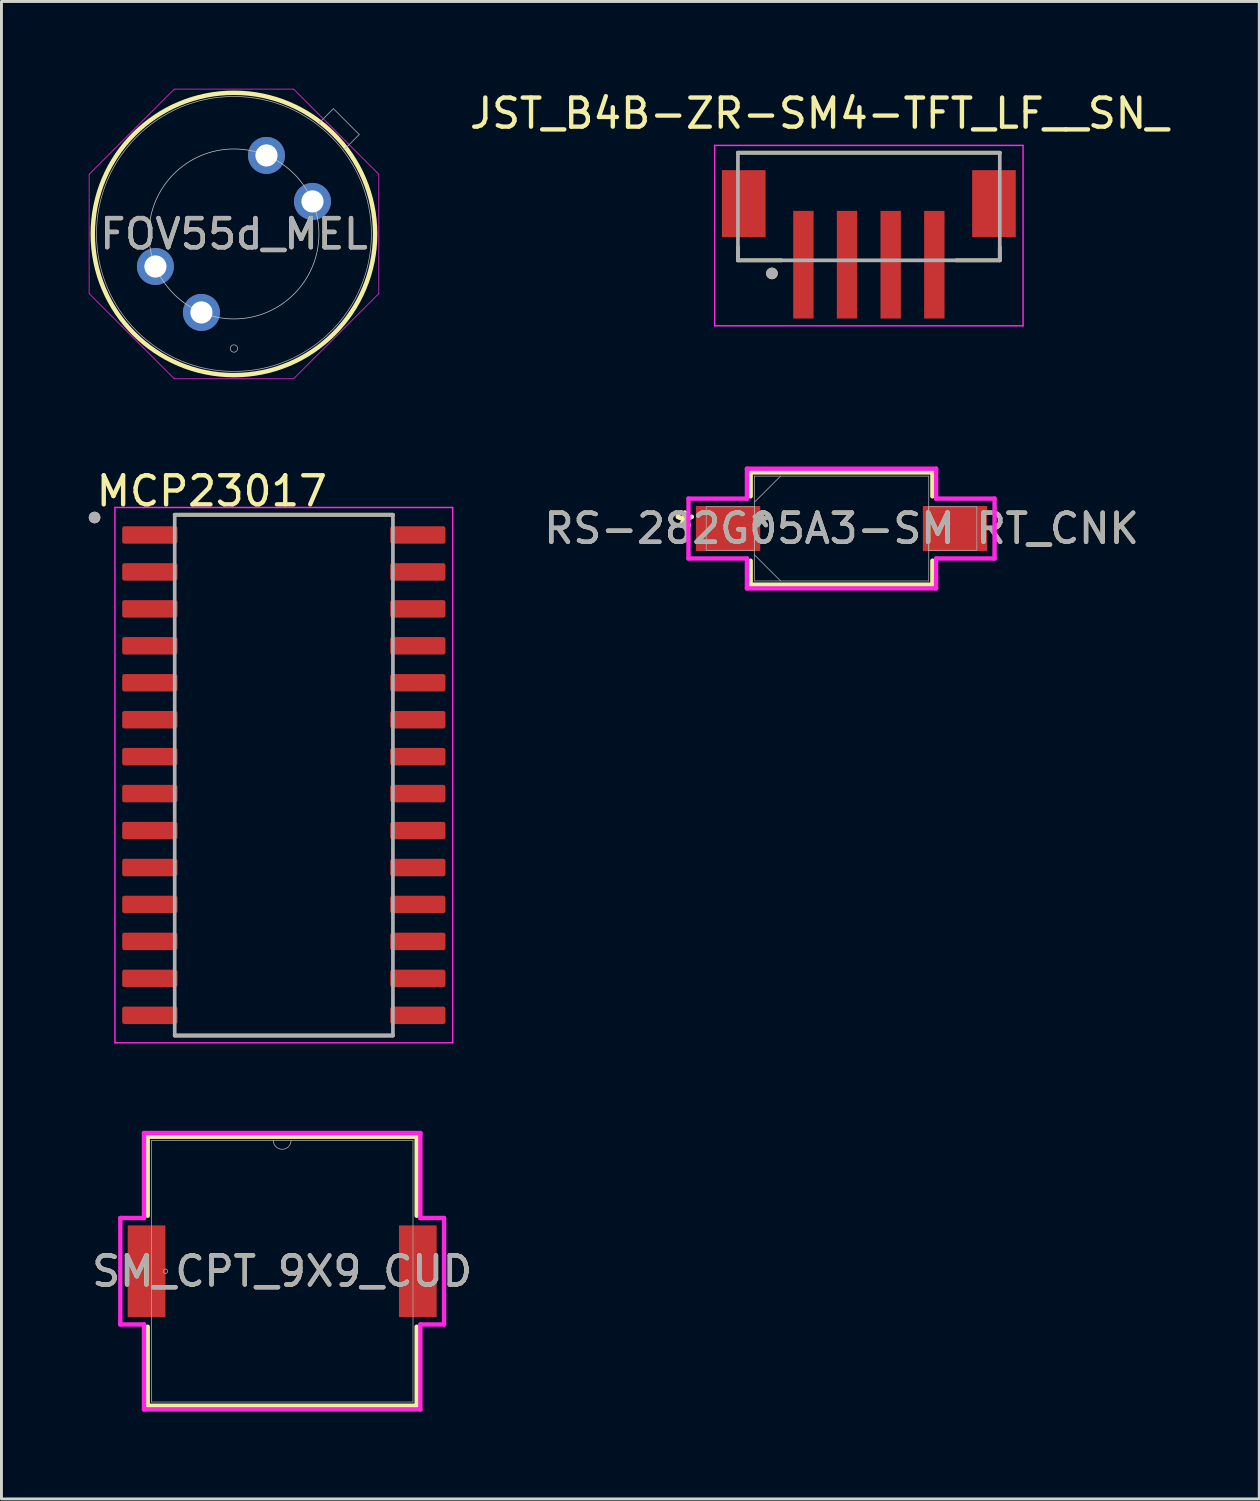
<source format=kicad_pcb>
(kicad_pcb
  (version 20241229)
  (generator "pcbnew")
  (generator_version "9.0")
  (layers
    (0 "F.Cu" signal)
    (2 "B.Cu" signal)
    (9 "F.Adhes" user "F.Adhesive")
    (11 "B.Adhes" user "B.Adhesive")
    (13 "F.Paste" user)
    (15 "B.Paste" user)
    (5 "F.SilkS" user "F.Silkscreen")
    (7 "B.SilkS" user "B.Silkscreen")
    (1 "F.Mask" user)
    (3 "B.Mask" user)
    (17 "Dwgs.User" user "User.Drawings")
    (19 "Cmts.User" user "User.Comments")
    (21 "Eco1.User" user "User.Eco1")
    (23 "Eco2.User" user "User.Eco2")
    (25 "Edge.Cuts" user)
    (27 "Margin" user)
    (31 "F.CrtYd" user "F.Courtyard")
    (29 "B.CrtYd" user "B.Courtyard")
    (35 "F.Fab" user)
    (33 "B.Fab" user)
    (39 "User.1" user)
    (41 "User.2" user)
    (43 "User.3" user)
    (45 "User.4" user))
  (footprint "FOV55d_MEL"
    (layer "F.Cu")
    (at 6.109 2.292)
    (property "Reference" "FOV55d_MEL" (at -1.118 2.699 0) (unlocked yes) (layer "F.SilkS") (effects (font (size 1 1) (thickness 0.15))))
    (attr through_hole)
    (fp_circle (center -1.118 2.699) (end 3.734 2.699) (stroke (width 0.152) (type solid)) (fill no) (layer "F.SilkS"))
    (fp_circle (center -1.118 2.699) (end 1.803 2.699) (stroke (width 0.025) (type solid)) (fill no) (layer "Dwgs.User"))
    (fp_line (start -6.096 0.649) (end -3.168 -2.28) (stroke (width 0.025) (type solid)) (layer "F.CrtYd"))
    (fp_line (start -6.096 4.749) (end -6.096 0.649) (stroke (width 0.025) (type solid)) (layer "F.CrtYd"))
    (fp_line (start -3.168 -2.28) (end 0.932 -2.28) (stroke (width 0.025) (type solid)) (layer "F.CrtYd"))
    (fp_line (start -3.168 7.677) (end -6.096 4.749) (stroke (width 0.025) (type solid)) (layer "F.CrtYd"))
    (fp_line (start 0.932 -2.28) (end 3.861 0.649) (stroke (width 0.025) (type solid)) (layer "F.CrtYd"))
    (fp_line (start 0.932 7.677) (end -3.168 7.677) (stroke (width 0.025) (type solid)) (layer "F.CrtYd"))
    (fp_line (start 3.861 0.649) (end 3.861 4.749) (stroke (width 0.025) (type solid)) (layer "F.CrtYd"))
    (fp_line (start 3.861 4.749) (end 0.932 7.677) (stroke (width 0.025) (type solid)) (layer "F.CrtYd"))
    (fp_line (start 2.299 -1.607) (end 1.778 -1.086) (stroke (width 0.025) (type solid)) (layer "F.Fab"))
    (fp_line (start 3.188 -0.718) (end 2.299 -1.607) (stroke (width 0.025) (type solid)) (layer "F.Fab"))
    (fp_line (start 3.188 -0.718) (end 2.667 -0.197) (stroke (width 0.025) (type solid)) (layer "F.Fab"))
    (fp_circle (center -1.118 2.699) (end 3.607 2.699) (stroke (width 0.025) (type solid)) (fill no) (layer "F.Fab"))
    (fp_circle (center -1.118 6.636) (end -0.991 6.636) (stroke (width 0.025) (type solid)) (fill no) (layer "F.Fab"))
    (fp_text user "${REFERENCE}" (at -1.118 2.699 0) (unlocked yes) (layer "F.Fab") (effects (font (size 1 1) (thickness 0.15))))
    (pad "1" thru_hole circle (at 0 0) (size 1.27 1.27) (drill 0.762) (layers "*.Cu" "*.Mask"))
    (pad "2" thru_hole circle (at -3.817 3.817) (size 1.27 1.27) (drill 0.762) (layers "*.Cu" "*.Mask"))
    (pad "3" thru_hole circle (at -2.236 5.397) (size 1.27 1.27) (drill 0.762) (layers "*.Cu" "*.Mask"))
    (pad "4" thru_hole circle (at 1.581 1.581) (size 1.27 1.27) (drill 0.762) (layers "*.Cu" "*.Mask")))
  (footprint "SM_CPT_9X9_CUD"
    (layer "F.Cu")
    (at 6.649 40.643)
    (property "Reference" "SM_CPT_9X9_CUD" (at 0 0 0) (unlocked yes) (layer "F.SilkS") (effects (font (size 1 1) (thickness 0.15))))
    (attr smd)
    (fp_line (start -4.623 -4.623) (end -4.623 -1.908) (stroke (width 0.152) (type solid)) (layer "F.SilkS"))
    (fp_line (start -4.623 1.908) (end -4.623 4.623) (stroke (width 0.152) (type solid)) (layer "F.SilkS"))
    (fp_line (start -4.623 4.623) (end 4.623 4.623) (stroke (width 0.152) (type solid)) (layer "F.SilkS"))
    (fp_line (start 4.623 -4.623) (end -4.623 -4.623) (stroke (width 0.152) (type solid)) (layer "F.SilkS"))
    (fp_line (start 4.623 -1.908) (end 4.623 -4.623) (stroke (width 0.152) (type solid)) (layer "F.SilkS"))
    (fp_line (start 4.623 4.623) (end 4.623 1.908) (stroke (width 0.152) (type solid)) (layer "F.SilkS"))
    (fp_line (start -5.563 -1.829) (end -4.75 -1.829) (stroke (width 0.152) (type solid)) (layer "F.CrtYd"))
    (fp_line (start -5.563 1.829) (end -5.563 -1.829) (stroke (width 0.152) (type solid)) (layer "F.CrtYd"))
    (fp_line (start -5.563 1.829) (end -4.75 1.829) (stroke (width 0.152) (type solid)) (layer "F.CrtYd"))
    (fp_line (start -4.75 -4.75) (end 4.75 -4.75) (stroke (width 0.152) (type solid)) (layer "F.CrtYd"))
    (fp_line (start -4.75 -1.829) (end -4.75 -4.75) (stroke (width 0.152) (type solid)) (layer "F.CrtYd"))
    (fp_line (start -4.75 4.75) (end -4.75 1.829) (stroke (width 0.152) (type solid)) (layer "F.CrtYd"))
    (fp_line (start 4.75 -4.75) (end 4.75 -1.829) (stroke (width 0.152) (type solid)) (layer "F.CrtYd"))
    (fp_line (start 4.75 1.829) (end 4.75 4.75) (stroke (width 0.152) (type solid)) (layer "F.CrtYd"))
    (fp_line (start 4.75 4.75) (end -4.75 4.75) (stroke (width 0.152) (type solid)) (layer "F.CrtYd"))
    (fp_line (start 5.563 -1.829) (end 4.75 -1.829) (stroke (width 0.152) (type solid)) (layer "F.CrtYd"))
    (fp_line (start 5.563 -1.829) (end 5.563 1.829) (stroke (width 0.152) (type solid)) (layer "F.CrtYd"))
    (fp_line (start 5.563 1.829) (end 4.75 1.829) (stroke (width 0.152) (type solid)) (layer "F.CrtYd"))
    (fp_line (start -4.496 -4.496) (end -4.496 4.496) (stroke (width 0.025) (type solid)) (layer "F.Fab"))
    (fp_line (start -4.496 4.496) (end 4.496 4.496) (stroke (width 0.025) (type solid)) (layer "F.Fab"))
    (fp_line (start 4.496 -4.496) (end -4.496 -4.496) (stroke (width 0.025) (type solid)) (layer "F.Fab"))
    (fp_line (start 4.496 4.496) (end 4.496 -4.496) (stroke (width 0.025) (type solid)) (layer "F.Fab"))
    (fp_arc (start 0.3048 -4.4958) (mid 0 -4.191) (end -0.3048 -4.4958) (stroke (width 0.0254) (type solid)) (layer "F.Fab"))
    (fp_circle (center -4.013 0) (end -3.937 0) (stroke (width 0.025) (type solid)) (fill no) (layer "F.Fab"))
    (fp_text user "${REFERENCE}" (at 0 0 0) (unlocked yes) (layer "F.Fab") (effects (font (size 1 1) (thickness 0.15))))
    (pad "1" smd rect (at -4.661 0) (size 1.295 3.15) (layers "F.Cu" "F.Mask" "F.Paste"))
    (pad "2" smd rect (at 4.661 0) (size 1.295 3.15) (layers "F.Cu" "F.Mask" "F.Paste")))
  (footprint "RS-282G05A3-SM RT_CNK"
    (layer "F.Cu")
    (at 25.874 15.116)
    (property "Reference" "RS-282G05A3-SM RT_CNK" (at 0 0 0) (unlocked yes) (layer "F.SilkS") (effects (font (size 1 1) (thickness 0.15))))
    (attr smd)
    (fp_line (start -3.124 -1.93) (end -3.124 -1.107) (stroke (width 0.152) (type solid)) (layer "F.SilkS"))
    (fp_line (start -3.124 1.107) (end -3.124 1.93) (stroke (width 0.152) (type solid)) (layer "F.SilkS"))
    (fp_line (start -3.124 1.93) (end 3.124 1.93) (stroke (width 0.152) (type solid)) (layer "F.SilkS"))
    (fp_line (start 3.124 -1.93) (end -3.124 -1.93) (stroke (width 0.152) (type solid)) (layer "F.SilkS"))
    (fp_line (start 3.124 -1.107) (end 3.124 -1.93) (stroke (width 0.152) (type solid)) (layer "F.SilkS"))
    (fp_line (start 3.124 1.93) (end 3.124 1.107) (stroke (width 0.152) (type solid)) (layer "F.SilkS"))
    (fp_line (start -5.26 -1.029) (end -3.251 -1.029) (stroke (width 0.152) (type solid)) (layer "F.CrtYd"))
    (fp_line (start -5.26 1.029) (end -5.26 -1.029) (stroke (width 0.152) (type solid)) (layer "F.CrtYd"))
    (fp_line (start -3.251 -2.057) (end 3.251 -2.057) (stroke (width 0.152) (type solid)) (layer "F.CrtYd"))
    (fp_line (start -3.251 -1.029) (end -3.251 -2.057) (stroke (width 0.152) (type solid)) (layer "F.CrtYd"))
    (fp_line (start -3.251 1.029) (end -5.26 1.029) (stroke (width 0.152) (type solid)) (layer "F.CrtYd"))
    (fp_line (start -3.251 2.057) (end -3.251 1.029) (stroke (width 0.152) (type solid)) (layer "F.CrtYd"))
    (fp_line (start 3.251 -2.057) (end 3.251 -1.029) (stroke (width 0.152) (type solid)) (layer "F.CrtYd"))
    (fp_line (start 3.251 -1.029) (end 5.26 -1.029) (stroke (width 0.152) (type solid)) (layer "F.CrtYd"))
    (fp_line (start 3.251 1.029) (end 3.251 2.057) (stroke (width 0.152) (type solid)) (layer "F.CrtYd"))
    (fp_line (start 3.251 2.057) (end -3.251 2.057) (stroke (width 0.152) (type solid)) (layer "F.CrtYd"))
    (fp_line (start 5.26 -1.029) (end 5.26 1.029) (stroke (width 0.152) (type solid)) (layer "F.CrtYd"))
    (fp_line (start 5.26 1.029) (end 3.251 1.029) (stroke (width 0.152) (type solid)) (layer "F.CrtYd"))
    (fp_line (start -4.65 -0.749) (end -4.65 0.749) (stroke (width 0.025) (type solid)) (layer "F.Fab"))
    (fp_line (start -4.65 0.749) (end -2.997 0.749) (stroke (width 0.025) (type solid)) (layer "F.Fab"))
    (fp_line (start -2.997 -1.803) (end -2.997 1.803) (stroke (width 0.025) (type solid)) (layer "F.Fab"))
    (fp_line (start -2.997 -0.902) (end -2.095 -1.803) (stroke (width 0.025) (type solid)) (layer "F.Fab"))
    (fp_line (start -2.997 -0.749) (end -4.65 -0.749) (stroke (width 0.025) (type solid)) (layer "F.Fab"))
    (fp_line (start -2.997 0.749) (end -2.997 -0.749) (stroke (width 0.025) (type solid)) (layer "F.Fab"))
    (fp_line (start -2.997 0.902) (end -2.095 1.803) (stroke (width 0.025) (type solid)) (layer "F.Fab"))
    (fp_line (start -2.997 1.803) (end 2.997 1.803) (stroke (width 0.025) (type solid)) (layer "F.Fab"))
    (fp_line (start 2.997 -1.803) (end -2.997 -1.803) (stroke (width 0.025) (type solid)) (layer "F.Fab"))
    (fp_line (start 2.997 -0.749) (end 2.997 0.749) (stroke (width 0.025) (type solid)) (layer "F.Fab"))
    (fp_line (start 2.997 0.749) (end 4.65 0.749) (stroke (width 0.025) (type solid)) (layer "F.Fab"))
    (fp_line (start 2.997 1.803) (end 2.997 -1.803) (stroke (width 0.025) (type solid)) (layer "F.Fab"))
    (fp_line (start 4.65 -0.749) (end 2.997 -0.749) (stroke (width 0.025) (type solid)) (layer "F.Fab"))
    (fp_line (start 4.65 0.749) (end 4.65 -0.749) (stroke (width 0.025) (type solid)) (layer "F.Fab"))
    (fp_text user "*" (at -5.387 0 0) (layer "F.SilkS") (effects (font (size 1 1) (thickness 0.15))))
    (fp_text user "*" (at -5.387 0 0) (unlocked yes) (layer "F.SilkS") (effects (font (size 1 1) (thickness 0.15))))
    (fp_text user "*" (at -2.743 0 0) (unlocked yes) (layer "F.Fab") (effects (font (size 1 1) (thickness 0.15))))
    (fp_text user "${REFERENCE}" (at 0 0 0) (unlocked yes) (layer "F.Fab") (effects (font (size 1 1) (thickness 0.15))))
    (fp_text user "*" (at -2.743 0 0) (layer "F.Fab") (effects (font (size 1 1) (thickness 0.15))))
    (pad "1" smd rect (at -3.901 0) (size 2.21 1.549) (layers "F.Cu" "F.Mask" "F.Paste"))
    (pad "2" smd rect (at 3.901 0) (size 2.21 1.549) (layers "F.Cu" "F.Mask" "F.Paste")))
  (footprint "JST_B4B-ZR-SM4-TFT_LF__SN_"
    (layer "F.Cu")
    (at 26.813 4.048)
    (property "Reference" "JST_B4B-ZR-SM4-TFT_LF__SN_" (at -1.706 -3.2 0) (layer "F.SilkS") (effects (font (size 1 1) (thickness 0.15))))
    (attr smd)
    (fp_line (start -4.5 -1.85) (end 4.5 -1.85) (stroke (width 0.127) (type solid)) (layer "F.SilkS"))
    (fp_line (start -4.5 1.4) (end -4.5 1.85) (stroke (width 0.127) (type solid)) (layer "F.SilkS"))
    (fp_line (start -4.5 1.85) (end -3 1.85) (stroke (width 0.127) (type solid)) (layer "F.SilkS"))
    (fp_line (start 4.5 1.4) (end 4.5 1.85) (stroke (width 0.127) (type solid)) (layer "F.SilkS"))
    (fp_line (start 4.5 1.85) (end 3 1.85) (stroke (width 0.127) (type solid)) (layer "F.SilkS"))
    (fp_circle (center -3.331 2.3) (end -3.231 2.3) (stroke (width 0.2) (type solid)) (fill no) (layer "F.SilkS"))
    (fp_line (start -5.3 -2.1) (end 5.3 -2.1) (stroke (width 0.05) (type solid)) (layer "F.CrtYd"))
    (fp_line (start -5.3 4.1) (end -5.3 -2.1) (stroke (width 0.05) (type solid)) (layer "F.CrtYd"))
    (fp_line (start 5.3 -2.1) (end 5.3 4.1) (stroke (width 0.05) (type solid)) (layer "F.CrtYd"))
    (fp_line (start 5.3 4.1) (end -5.3 4.1) (stroke (width 0.05) (type solid)) (layer "F.CrtYd"))
    (fp_line (start -4.5 -1.85) (end 4.5 -1.85) (stroke (width 0.127) (type solid)) (layer "F.Fab"))
    (fp_line (start -4.5 1.85) (end -4.5 -1.85) (stroke (width 0.127) (type solid)) (layer "F.Fab"))
    (fp_line (start 4.5 -1.85) (end 4.5 1.85) (stroke (width 0.127) (type solid)) (layer "F.Fab"))
    (fp_line (start 4.5 1.85) (end -4.5 1.85) (stroke (width 0.127) (type solid)) (layer "F.Fab"))
    (fp_circle (center -3.331 2.3) (end -3.231 2.3) (stroke (width 0.2) (type solid)) (fill no) (layer "F.Fab"))
    (pad "1" smd rect (at -2.25 2 180) (size 0.7 3.7) (layers "F.Cu" "F.Mask" "F.Paste"))
    (pad "2" smd rect (at -0.75 2 180) (size 0.7 3.7) (layers "F.Cu" "F.Mask" "F.Paste"))
    (pad "3" smd rect (at 0.75 2 180) (size 0.7 3.7) (layers "F.Cu" "F.Mask" "F.Paste"))
    (pad "4" smd rect (at 2.25 2 180) (size 0.7 3.7) (layers "F.Cu" "F.Mask" "F.Paste"))
    (pad "S1" smd rect (at 4.3 -0.1 180) (size 1.5 2.3) (layers "F.Cu" "F.Mask" "F.Paste"))
    (pad "S2" smd rect (at -4.3 -0.1 180) (size 1.5 2.3) (layers "F.Cu" "F.Mask" "F.Paste")))
  (footprint "MCP23017"
    (layer "F.Cu")
    (at 6.705 23.592)
    (property "Reference" "MCP23017" (at -2.475 -9.762 0) (layer "F.SilkS") (effects (font (size 1 1) (thickness 0.15))))
    (attr smd)
    (fp_line (start -3.75 -8.95) (end 3.75 -8.95) (stroke (width 0.127) (type solid)) (layer "F.SilkS"))
    (fp_line (start -3.75 8.95) (end 3.75 8.95) (stroke (width 0.127) (type solid)) (layer "F.SilkS"))
    (fp_circle (center -6.505 -8.855) (end -6.405 -8.855) (stroke (width 0.2) (type solid)) (fill no) (layer "F.SilkS"))
    (fp_line (start -5.805 -9.2) (end -5.805 9.2) (stroke (width 0.05) (type solid)) (layer "F.CrtYd"))
    (fp_line (start -5.805 -9.2) (end 5.805 -9.2) (stroke (width 0.05) (type solid)) (layer "F.CrtYd"))
    (fp_line (start -5.805 9.2) (end 5.805 9.2) (stroke (width 0.05) (type solid)) (layer "F.CrtYd"))
    (fp_line (start 5.805 -9.2) (end 5.805 9.2) (stroke (width 0.05) (type solid)) (layer "F.CrtYd"))
    (fp_line (start -3.75 -8.95) (end -3.75 8.95) (stroke (width 0.127) (type solid)) (layer "F.Fab"))
    (fp_line (start -3.75 -8.95) (end 3.75 -8.95) (stroke (width 0.127) (type solid)) (layer "F.Fab"))
    (fp_line (start -3.75 8.95) (end 3.75 8.95) (stroke (width 0.127) (type solid)) (layer "F.Fab"))
    (fp_line (start 3.75 -8.95) (end 3.75 8.95) (stroke (width 0.127) (type solid)) (layer "F.Fab"))
    (fp_circle (center -6.505 -8.855) (end -6.405 -8.855) (stroke (width 0.2) (type solid)) (fill no) (layer "F.Fab"))
    (pad "1" smd roundrect (at -4.605 -8.255) (size 1.9 0.6) (layers "F.Cu" "F.Mask" "F.Paste") (roundrect_rratio 0.125))
    (pad "2" smd roundrect (at -4.605 -6.985) (size 1.9 0.6) (layers "F.Cu" "F.Mask" "F.Paste") (roundrect_rratio 0.125))
    (pad "3" smd roundrect (at -4.605 -5.715) (size 1.9 0.6) (layers "F.Cu" "F.Mask" "F.Paste") (roundrect_rratio 0.125))
    (pad "4" smd roundrect (at -4.605 -4.445) (size 1.9 0.6) (layers "F.Cu" "F.Mask" "F.Paste") (roundrect_rratio 0.125))
    (pad "5" smd roundrect (at -4.605 -3.175) (size 1.9 0.6) (layers "F.Cu" "F.Mask" "F.Paste") (roundrect_rratio 0.125))
    (pad "6" smd roundrect (at -4.605 -1.905) (size 1.9 0.6) (layers "F.Cu" "F.Mask" "F.Paste") (roundrect_rratio 0.125))
    (pad "7" smd roundrect (at -4.605 -0.635) (size 1.9 0.6) (layers "F.Cu" "F.Mask" "F.Paste") (roundrect_rratio 0.125))
    (pad "8" smd roundrect (at -4.605 0.635) (size 1.9 0.6) (layers "F.Cu" "F.Mask" "F.Paste") (roundrect_rratio 0.125))
    (pad "9" smd roundrect (at -4.605 1.905) (size 1.9 0.6) (layers "F.Cu" "F.Mask" "F.Paste") (roundrect_rratio 0.125))
    (pad "10" smd roundrect (at -4.605 3.175) (size 1.9 0.6) (layers "F.Cu" "F.Mask" "F.Paste") (roundrect_rratio 0.125))
    (pad "11" smd roundrect (at -4.605 4.445) (size 1.9 0.6) (layers "F.Cu" "F.Mask" "F.Paste") (roundrect_rratio 0.125))
    (pad "12" smd roundrect (at -4.605 5.715) (size 1.9 0.6) (layers "F.Cu" "F.Mask" "F.Paste") (roundrect_rratio 0.125))
    (pad "13" smd roundrect (at -4.605 6.985) (size 1.9 0.6) (layers "F.Cu" "F.Mask" "F.Paste") (roundrect_rratio 0.125))
    (pad "14" smd roundrect (at -4.605 8.255) (size 1.9 0.6) (layers "F.Cu" "F.Mask" "F.Paste") (roundrect_rratio 0.125))
    (pad "15" smd roundrect (at 4.605 8.255) (size 1.9 0.6) (layers "F.Cu" "F.Mask" "F.Paste") (roundrect_rratio 0.125))
    (pad "16" smd roundrect (at 4.605 6.985) (size 1.9 0.6) (layers "F.Cu" "F.Mask" "F.Paste") (roundrect_rratio 0.125))
    (pad "17" smd roundrect (at 4.605 5.715) (size 1.9 0.6) (layers "F.Cu" "F.Mask" "F.Paste") (roundrect_rratio 0.125))
    (pad "18" smd roundrect (at 4.605 4.445) (size 1.9 0.6) (layers "F.Cu" "F.Mask" "F.Paste") (roundrect_rratio 0.125))
    (pad "19" smd roundrect (at 4.605 3.175) (size 1.9 0.6) (layers "F.Cu" "F.Mask" "F.Paste") (roundrect_rratio 0.125))
    (pad "20" smd roundrect (at 4.605 1.905) (size 1.9 0.6) (layers "F.Cu" "F.Mask" "F.Paste") (roundrect_rratio 0.125))
    (pad "21" smd roundrect (at 4.605 0.635) (size 1.9 0.6) (layers "F.Cu" "F.Mask" "F.Paste") (roundrect_rratio 0.125))
    (pad "22" smd roundrect (at 4.605 -0.635) (size 1.9 0.6) (layers "F.Cu" "F.Mask" "F.Paste") (roundrect_rratio 0.125))
    (pad "23" smd roundrect (at 4.605 -1.905) (size 1.9 0.6) (layers "F.Cu" "F.Mask" "F.Paste") (roundrect_rratio 0.125))
    (pad "24" smd roundrect (at 4.605 -3.175) (size 1.9 0.6) (layers "F.Cu" "F.Mask" "F.Paste") (roundrect_rratio 0.125))
    (pad "25" smd roundrect (at 4.605 -4.445) (size 1.9 0.6) (layers "F.Cu" "F.Mask" "F.Paste") (roundrect_rratio 0.125))
    (pad "26" smd roundrect (at 4.605 -5.715) (size 1.9 0.6) (layers "F.Cu" "F.Mask" "F.Paste") (roundrect_rratio 0.125))
    (pad "27" smd roundrect (at 4.605 -6.985) (size 1.9 0.6) (layers "F.Cu" "F.Mask" "F.Paste") (roundrect_rratio 0.125))
    (pad "28" smd roundrect (at 4.605 -8.255) (size 1.9 0.6) (layers "F.Cu" "F.Mask" "F.Paste") (roundrect_rratio 0.125)))
  (gr_rect
    (start -3 -3)
    (end 40.232 48.469)
    (stroke (width 0.1) (type default))
    (fill no)
    (layer "Edge.Cuts")))
</source>
